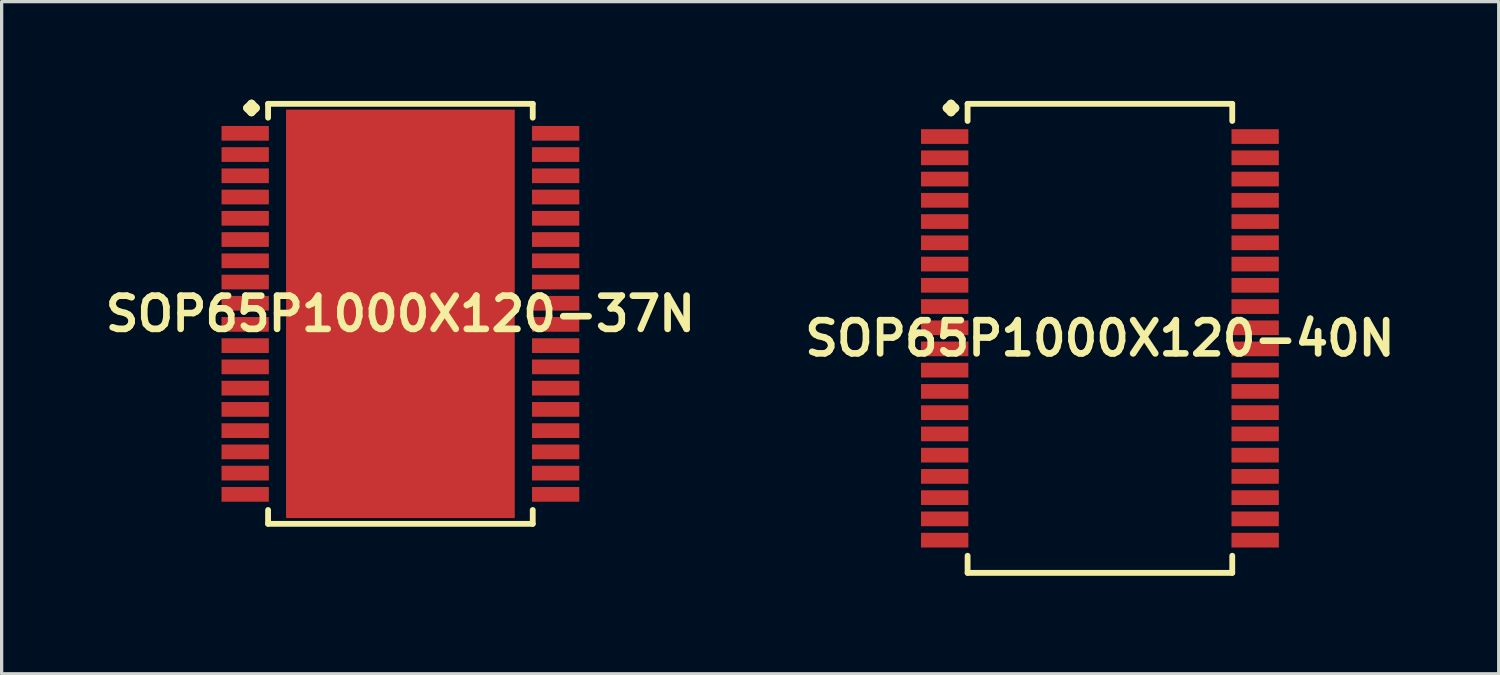
<source format=kicad_pcb>
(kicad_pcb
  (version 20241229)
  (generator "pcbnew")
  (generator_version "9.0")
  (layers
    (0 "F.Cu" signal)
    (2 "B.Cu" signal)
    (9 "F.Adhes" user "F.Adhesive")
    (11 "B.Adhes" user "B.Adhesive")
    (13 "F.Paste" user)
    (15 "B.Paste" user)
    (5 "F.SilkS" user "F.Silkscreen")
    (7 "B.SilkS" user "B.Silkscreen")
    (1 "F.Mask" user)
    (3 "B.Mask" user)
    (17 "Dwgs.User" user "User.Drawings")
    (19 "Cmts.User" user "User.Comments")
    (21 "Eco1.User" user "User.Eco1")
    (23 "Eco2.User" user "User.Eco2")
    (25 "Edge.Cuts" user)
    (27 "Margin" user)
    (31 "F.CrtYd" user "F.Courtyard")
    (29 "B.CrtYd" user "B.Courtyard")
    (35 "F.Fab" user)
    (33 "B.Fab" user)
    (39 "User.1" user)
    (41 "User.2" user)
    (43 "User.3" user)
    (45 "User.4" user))
  (footprint "SOP65P1000X120-40N"
    (layer "F.Cu")
    (at 30.606 7.303)
    (property "Reference" "SOP65P1000X120-40N" (at 0 0 0) (layer "F.SilkS") (effects (font (size 1.016 1.016) (thickness 0.203))))
    (attr smd)
    (fp_line (start -4.684 -7.048) (end -4.557 -7.176) (stroke (width 0.254) (type solid)) (layer "F.SilkS"))
    (fp_line (start -4.557 -7.176) (end -4.43 -7.048) (stroke (width 0.254) (type solid)) (layer "F.SilkS"))
    (fp_line (start -4.557 -6.921) (end -4.684 -7.048) (stroke (width 0.254) (type solid)) (layer "F.SilkS"))
    (fp_line (start -4.43 -7.048) (end -4.557 -6.921) (stroke (width 0.254) (type solid)) (layer "F.SilkS"))
    (fp_line (start -4.049 -7.176) (end 4.049 -7.176) (stroke (width 0.178) (type solid)) (layer "F.SilkS"))
    (fp_line (start -4.049 -6.652) (end -4.049 -7.176) (stroke (width 0.178) (type solid)) (layer "F.SilkS"))
    (fp_line (start -4.049 6.652) (end -4.049 7.176) (stroke (width 0.178) (type solid)) (layer "F.SilkS"))
    (fp_line (start -4.049 7.176) (end 4.049 7.176) (stroke (width 0.178) (type solid)) (layer "F.SilkS"))
    (fp_line (start 4.049 -7.176) (end 4.049 -6.652) (stroke (width 0.178) (type solid)) (layer "F.SilkS"))
    (fp_line (start 4.049 7.176) (end 4.049 6.652) (stroke (width 0.178) (type solid)) (layer "F.SilkS"))
    (pad "1" smd rect (at -4.75 -6.175) (size 1.448 0.45) (layers "F.Cu" "F.Mask" "F.Paste"))
    (pad "2" smd rect (at -4.75 -5.524) (size 1.448 0.45) (layers "F.Cu" "F.Mask" "F.Paste"))
    (pad "3" smd rect (at -4.75 -4.874) (size 1.448 0.45) (layers "F.Cu" "F.Mask" "F.Paste"))
    (pad "4" smd rect (at -4.75 -4.224) (size 1.448 0.45) (layers "F.Cu" "F.Mask" "F.Paste"))
    (pad "5" smd rect (at -4.75 -3.574) (size 1.448 0.45) (layers "F.Cu" "F.Mask" "F.Paste"))
    (pad "6" smd rect (at -4.75 -2.924) (size 1.448 0.45) (layers "F.Cu" "F.Mask" "F.Paste"))
    (pad "7" smd rect (at -4.75 -2.273) (size 1.448 0.45) (layers "F.Cu" "F.Mask" "F.Paste"))
    (pad "8" smd rect (at -4.75 -1.623) (size 1.448 0.45) (layers "F.Cu" "F.Mask" "F.Paste"))
    (pad "9" smd rect (at -4.75 -0.973) (size 1.448 0.45) (layers "F.Cu" "F.Mask" "F.Paste"))
    (pad "10" smd rect (at -4.75 -0.323) (size 1.448 0.45) (layers "F.Cu" "F.Mask" "F.Paste"))
    (pad "11" smd rect (at -4.75 0.323) (size 1.448 0.45) (layers "F.Cu" "F.Mask" "F.Paste"))
    (pad "12" smd rect (at -4.75 0.973) (size 1.448 0.45) (layers "F.Cu" "F.Mask" "F.Paste"))
    (pad "13" smd rect (at -4.75 1.623) (size 1.448 0.45) (layers "F.Cu" "F.Mask" "F.Paste"))
    (pad "14" smd rect (at -4.75 2.273) (size 1.448 0.45) (layers "F.Cu" "F.Mask" "F.Paste"))
    (pad "15" smd rect (at -4.75 2.924) (size 1.448 0.45) (layers "F.Cu" "F.Mask" "F.Paste"))
    (pad "16" smd rect (at -4.75 3.574) (size 1.448 0.45) (layers "F.Cu" "F.Mask" "F.Paste"))
    (pad "17" smd rect (at -4.75 4.224) (size 1.448 0.45) (layers "F.Cu" "F.Mask" "F.Paste"))
    (pad "18" smd rect (at -4.75 4.874) (size 1.448 0.45) (layers "F.Cu" "F.Mask" "F.Paste"))
    (pad "19" smd rect (at -4.75 5.524) (size 1.448 0.45) (layers "F.Cu" "F.Mask" "F.Paste"))
    (pad "20" smd rect (at -4.75 6.175) (size 1.448 0.45) (layers "F.Cu" "F.Mask" "F.Paste"))
    (pad "21" smd rect (at 4.75 6.175) (size 1.448 0.45) (layers "F.Cu" "F.Mask" "F.Paste"))
    (pad "22" smd rect (at 4.75 5.524) (size 1.448 0.45) (layers "F.Cu" "F.Mask" "F.Paste"))
    (pad "23" smd rect (at 4.75 4.874) (size 1.448 0.45) (layers "F.Cu" "F.Mask" "F.Paste"))
    (pad "24" smd rect (at 4.75 4.224) (size 1.448 0.45) (layers "F.Cu" "F.Mask" "F.Paste"))
    (pad "25" smd rect (at 4.75 3.574) (size 1.448 0.45) (layers "F.Cu" "F.Mask" "F.Paste"))
    (pad "26" smd rect (at 4.75 2.924) (size 1.448 0.45) (layers "F.Cu" "F.Mask" "F.Paste"))
    (pad "27" smd rect (at 4.75 2.273) (size 1.448 0.45) (layers "F.Cu" "F.Mask" "F.Paste"))
    (pad "28" smd rect (at 4.75 1.623) (size 1.448 0.45) (layers "F.Cu" "F.Mask" "F.Paste"))
    (pad "29" smd rect (at 4.75 0.973) (size 1.448 0.45) (layers "F.Cu" "F.Mask" "F.Paste"))
    (pad "30" smd rect (at 4.75 0.323) (size 1.448 0.45) (layers "F.Cu" "F.Mask" "F.Paste"))
    (pad "31" smd rect (at 4.75 -0.323) (size 1.448 0.45) (layers "F.Cu" "F.Mask" "F.Paste"))
    (pad "32" smd rect (at 4.75 -0.973) (size 1.448 0.45) (layers "F.Cu" "F.Mask" "F.Paste"))
    (pad "33" smd rect (at 4.75 -1.623) (size 1.448 0.45) (layers "F.Cu" "F.Mask" "F.Paste"))
    (pad "34" smd rect (at 4.75 -2.273) (size 1.448 0.45) (layers "F.Cu" "F.Mask" "F.Paste"))
    (pad "35" smd rect (at 4.75 -2.924) (size 1.448 0.45) (layers "F.Cu" "F.Mask" "F.Paste"))
    (pad "36" smd rect (at 4.75 -3.574) (size 1.448 0.45) (layers "F.Cu" "F.Mask" "F.Paste"))
    (pad "37" smd rect (at 4.75 -4.224) (size 1.448 0.45) (layers "F.Cu" "F.Mask" "F.Paste"))
    (pad "38" smd rect (at 4.75 -4.874) (size 1.448 0.45) (layers "F.Cu" "F.Mask" "F.Paste"))
    (pad "39" smd rect (at 4.75 -5.524) (size 1.448 0.45) (layers "F.Cu" "F.Mask" "F.Paste"))
    (pad "40" smd rect (at 4.75 -6.175) (size 1.448 0.45) (layers "F.Cu" "F.Mask" "F.Paste")))
  (footprint "SOP65P1000X120-37N"
    (layer "F.Cu")
    (at 9.202 6.553)
    (property "Reference" "SOP65P1000X120-37N" (at 0 0 0) (layer "F.SilkS") (effects (font (size 1.016 1.016) (thickness 0.203))))
    (attr smd)
    (fp_line (start -4.684 -6.299) (end -4.557 -6.426) (stroke (width 0.254) (type solid)) (layer "F.SilkS"))
    (fp_line (start -4.557 -6.426) (end -4.43 -6.299) (stroke (width 0.254) (type solid)) (layer "F.SilkS"))
    (fp_line (start -4.557 -6.172) (end -4.684 -6.299) (stroke (width 0.254) (type solid)) (layer "F.SilkS"))
    (fp_line (start -4.43 -6.299) (end -4.557 -6.172) (stroke (width 0.254) (type solid)) (layer "F.SilkS"))
    (fp_line (start -4.049 -6.426) (end 4.049 -6.426) (stroke (width 0.178) (type solid)) (layer "F.SilkS"))
    (fp_line (start -4.049 -6.002) (end -4.049 -6.426) (stroke (width 0.178) (type solid)) (layer "F.SilkS"))
    (fp_line (start -4.049 6.002) (end -4.049 6.426) (stroke (width 0.178) (type solid)) (layer "F.SilkS"))
    (fp_line (start -4.049 6.426) (end 4.049 6.426) (stroke (width 0.178) (type solid)) (layer "F.SilkS"))
    (fp_line (start 4.049 -6.426) (end 4.049 -6.002) (stroke (width 0.178) (type solid)) (layer "F.SilkS"))
    (fp_line (start 4.049 6.426) (end 4.049 6.002) (stroke (width 0.178) (type solid)) (layer "F.SilkS"))
    (pad "1" smd rect (at -4.75 -5.524) (size 1.448 0.45) (layers "F.Cu" "F.Mask" "F.Paste"))
    (pad "2" smd rect (at -4.75 -4.874) (size 1.448 0.45) (layers "F.Cu" "F.Mask" "F.Paste"))
    (pad "3" smd rect (at -4.75 -4.224) (size 1.448 0.45) (layers "F.Cu" "F.Mask" "F.Paste"))
    (pad "4" smd rect (at -4.75 -3.574) (size 1.448 0.45) (layers "F.Cu" "F.Mask" "F.Paste"))
    (pad "5" smd rect (at -4.75 -2.924) (size 1.448 0.45) (layers "F.Cu" "F.Mask" "F.Paste"))
    (pad "6" smd rect (at -4.75 -2.273) (size 1.448 0.45) (layers "F.Cu" "F.Mask" "F.Paste"))
    (pad "7" smd rect (at -4.75 -1.623) (size 1.448 0.45) (layers "F.Cu" "F.Mask" "F.Paste"))
    (pad "8" smd rect (at -4.75 -0.973) (size 1.448 0.45) (layers "F.Cu" "F.Mask" "F.Paste"))
    (pad "9" smd rect (at -4.75 -0.323) (size 1.448 0.45) (layers "F.Cu" "F.Mask" "F.Paste"))
    (pad "10" smd rect (at -4.75 0.323) (size 1.448 0.45) (layers "F.Cu" "F.Mask" "F.Paste"))
    (pad "11" smd rect (at -4.75 0.973) (size 1.448 0.45) (layers "F.Cu" "F.Mask" "F.Paste"))
    (pad "12" smd rect (at -4.75 1.623) (size 1.448 0.45) (layers "F.Cu" "F.Mask" "F.Paste"))
    (pad "13" smd rect (at -4.75 2.273) (size 1.448 0.45) (layers "F.Cu" "F.Mask" "F.Paste"))
    (pad "14" smd rect (at -4.75 2.924) (size 1.448 0.45) (layers "F.Cu" "F.Mask" "F.Paste"))
    (pad "15" smd rect (at -4.75 3.574) (size 1.448 0.45) (layers "F.Cu" "F.Mask" "F.Paste"))
    (pad "16" smd rect (at -4.75 4.224) (size 1.448 0.45) (layers "F.Cu" "F.Mask" "F.Paste"))
    (pad "17" smd rect (at -4.75 4.874) (size 1.448 0.45) (layers "F.Cu" "F.Mask" "F.Paste"))
    (pad "18" smd rect (at -4.75 5.524) (size 1.448 0.45) (layers "F.Cu" "F.Mask" "F.Paste"))
    (pad "19" smd rect (at 4.75 5.524) (size 1.448 0.45) (layers "F.Cu" "F.Mask" "F.Paste"))
    (pad "20" smd rect (at 4.75 4.874) (size 1.448 0.45) (layers "F.Cu" "F.Mask" "F.Paste"))
    (pad "21" smd rect (at 4.75 4.224) (size 1.448 0.45) (layers "F.Cu" "F.Mask" "F.Paste"))
    (pad "22" smd rect (at 4.75 3.574) (size 1.448 0.45) (layers "F.Cu" "F.Mask" "F.Paste"))
    (pad "23" smd rect (at 4.75 2.924) (size 1.448 0.45) (layers "F.Cu" "F.Mask" "F.Paste"))
    (pad "24" smd rect (at 4.75 2.273) (size 1.448 0.45) (layers "F.Cu" "F.Mask" "F.Paste"))
    (pad "25" smd rect (at 4.75 1.623) (size 1.448 0.45) (layers "F.Cu" "F.Mask" "F.Paste"))
    (pad "26" smd rect (at 4.75 0.973) (size 1.448 0.45) (layers "F.Cu" "F.Mask" "F.Paste"))
    (pad "27" smd rect (at 4.75 0.323) (size 1.448 0.45) (layers "F.Cu" "F.Mask" "F.Paste"))
    (pad "28" smd rect (at 4.75 -0.323) (size 1.448 0.45) (layers "F.Cu" "F.Mask" "F.Paste"))
    (pad "29" smd rect (at 4.75 -0.973) (size 1.448 0.45) (layers "F.Cu" "F.Mask" "F.Paste"))
    (pad "30" smd rect (at 4.75 -1.623) (size 1.448 0.45) (layers "F.Cu" "F.Mask" "F.Paste"))
    (pad "31" smd rect (at 4.75 -2.273) (size 1.448 0.45) (layers "F.Cu" "F.Mask" "F.Paste"))
    (pad "32" smd rect (at 4.75 -2.924) (size 1.448 0.45) (layers "F.Cu" "F.Mask" "F.Paste"))
    (pad "33" smd rect (at 4.75 -3.574) (size 1.448 0.45) (layers "F.Cu" "F.Mask" "F.Paste"))
    (pad "34" smd rect (at 4.75 -4.224) (size 1.448 0.45) (layers "F.Cu" "F.Mask" "F.Paste"))
    (pad "35" smd rect (at 4.75 -4.874) (size 1.448 0.45) (layers "F.Cu" "F.Mask" "F.Paste"))
    (pad "36" smd rect (at 4.75 -5.524) (size 1.448 0.45) (layers "F.Cu" "F.Mask" "F.Paste"))
    (pad "37" smd rect (at 0 0) (size 6.998 12.499) (layers "F.Cu" "F.Mask" "F.Paste")))
  (gr_rect
    (start -3 -3)
    (end 42.808 17.567)
    (stroke (width 0.1) (type default))
    (fill no)
    (layer "Edge.Cuts")))
</source>
